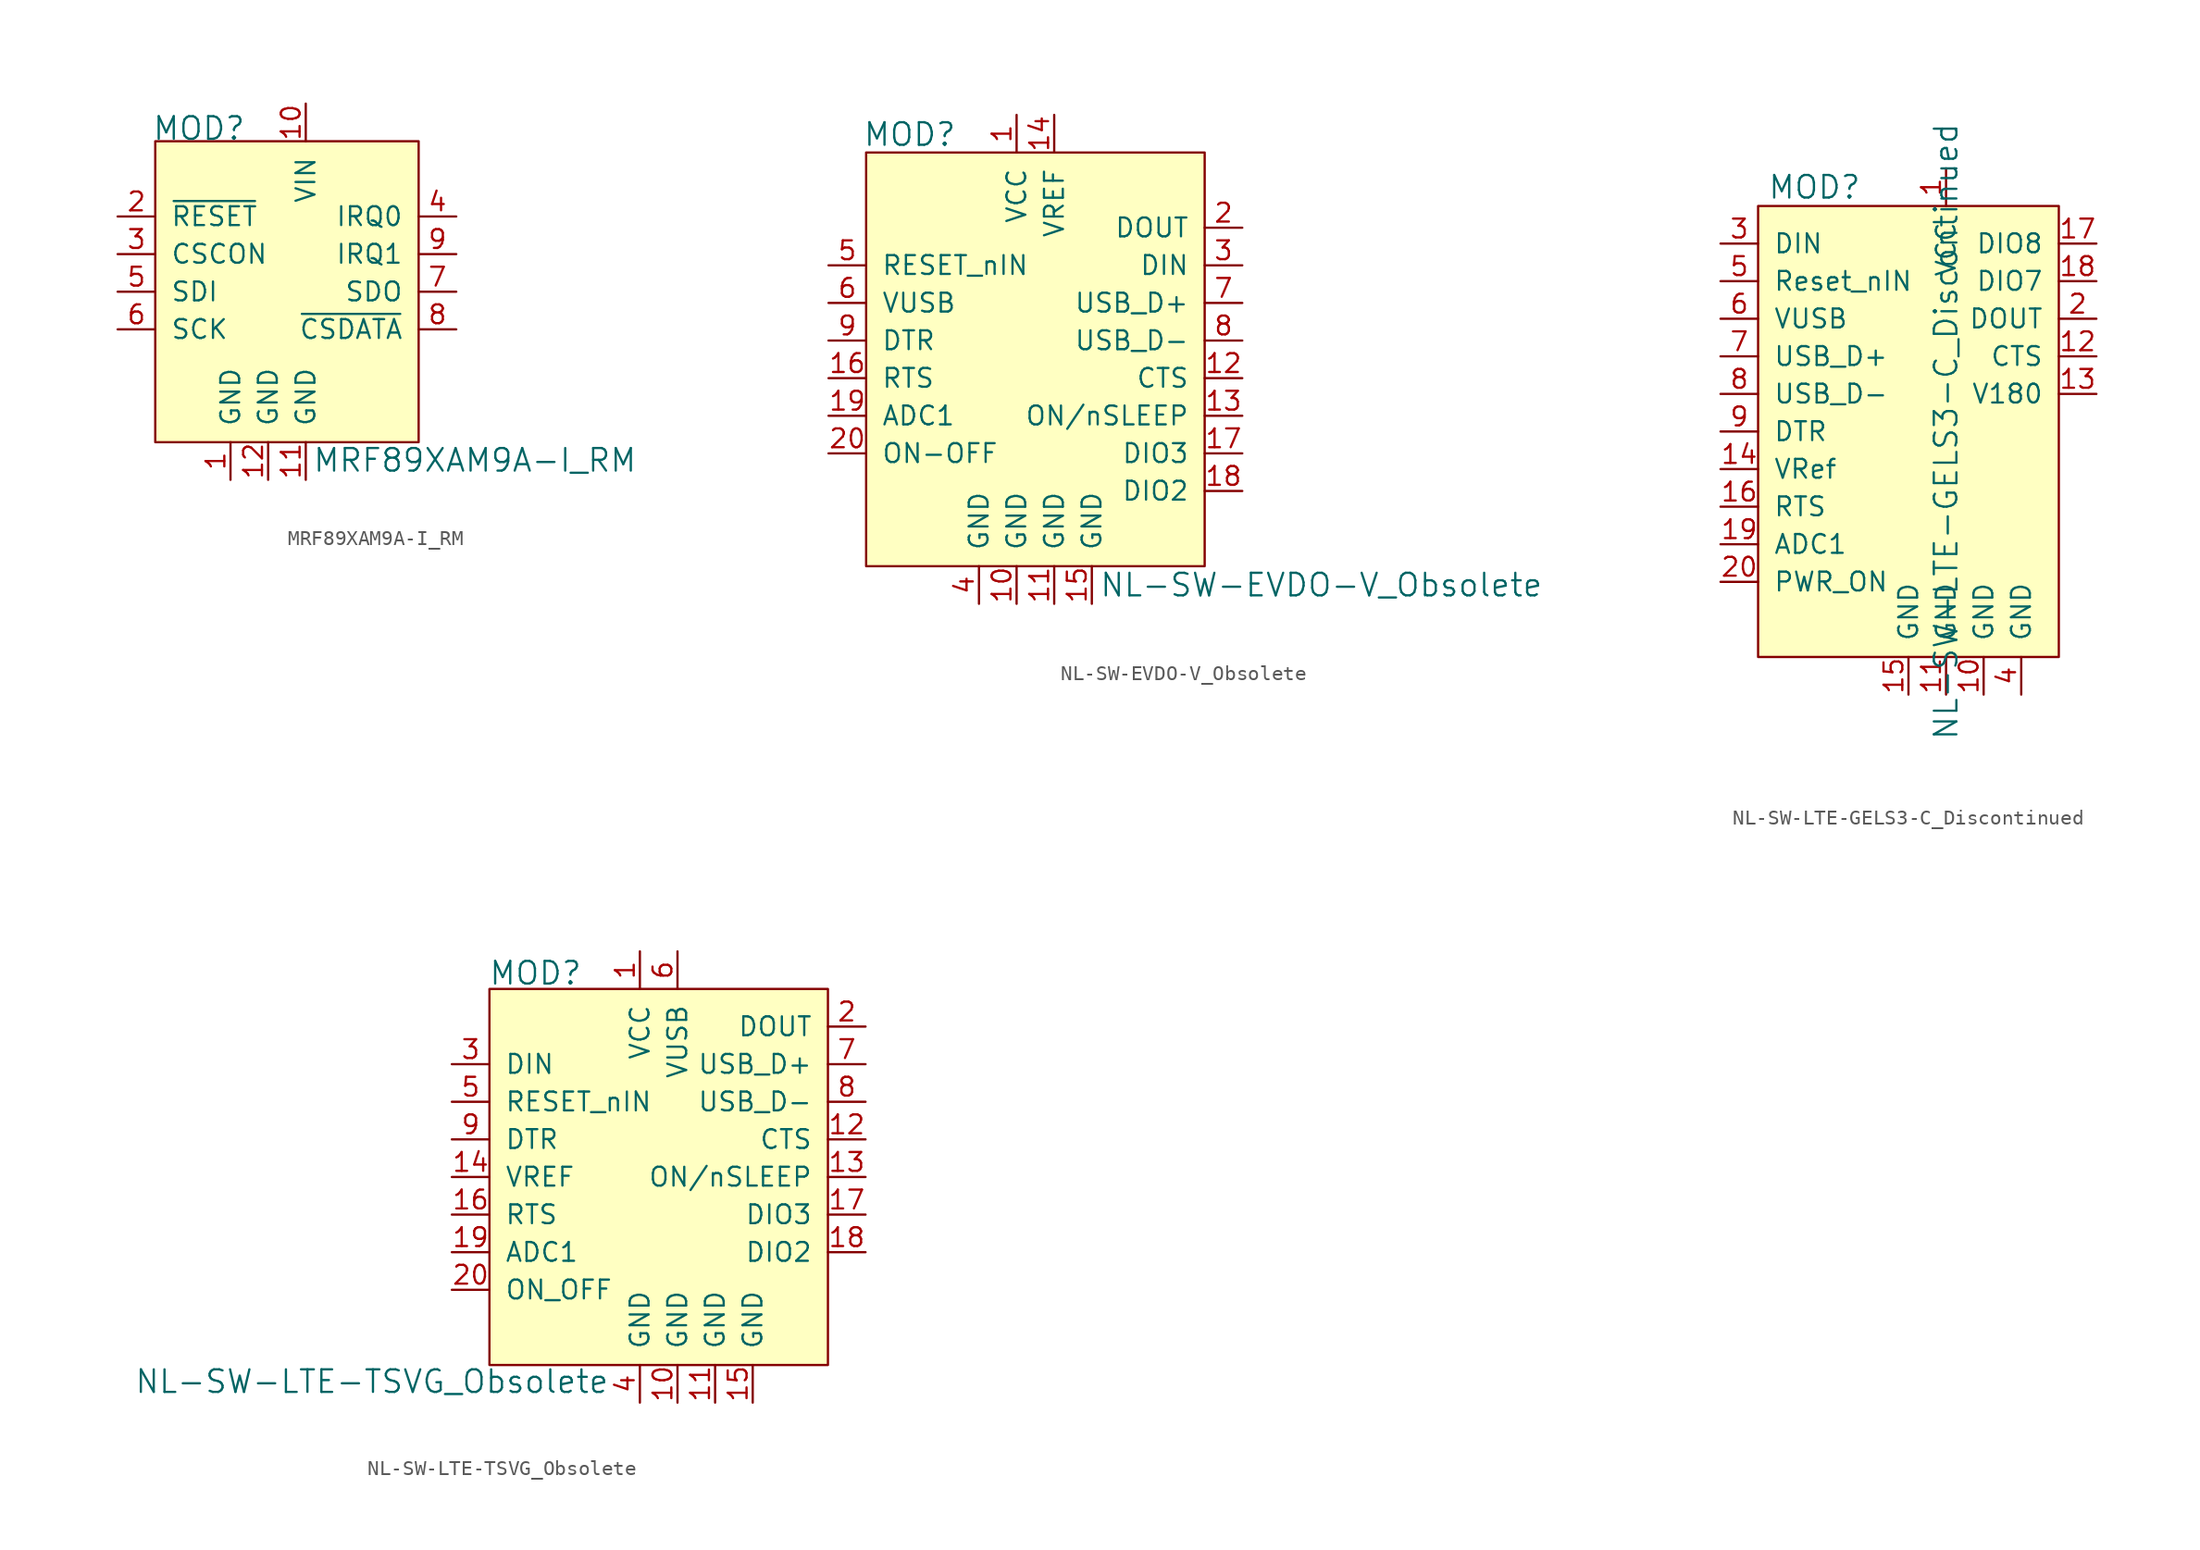
<source format=kicad_sym>
(kicad_symbol_lib
  (version 20220914)
  (generator kicad_symbol_editor)
  (symbol "MRF89XAM9A-I_RM"
    (pin_names
      (offset 1.016))
    (property "Reference" "MOD"
      (at -10.389 11.024 0)
      (effects (font (size 1.524 1.524)) (justify left)))
    (property "Value" "MRF89XAM9A-I_RM"
      (at 0.432 -11.379 0)
      (effects (font (size 1.524 1.524)) (justify left)))
    (symbol "MRF89XAM9A-I_RM_1_1"
      (rectangle (start -10.16 10.16) (end 7.62 -10.16) (stroke (width 0) (type solid)) (fill (type background)))
      (pin power_in line (at -5.08 -12.7 90) (length 2.54) (name "GND" (effects (font (size 1.27 1.27)))) (number "1" (effects (font (size 1.27 1.27)))))
      (pin power_in line (at 0 12.7 270) (length 2.54) (name "VIN" (effects (font (size 1.27 1.27)))) (number "10" (effects (font (size 1.27 1.27)))))
      (pin power_in line (at 0 -12.7 90) (length 2.54) (name "GND" (effects (font (size 1.27 1.27)))) (number "11" (effects (font (size 1.27 1.27)))))
      (pin power_in line (at -2.54 -12.7 90) (length 2.54) (name "GND" (effects (font (size 1.27 1.27)))) (number "12" (effects (font (size 1.27 1.27)))))
      (pin input line (at -12.7 5.08 0) (length 2.54) (name "~{RESET}" (effects (font (size 1.27 1.27)))) (number "2" (effects (font (size 1.27 1.27)))))
      (pin bidirectional line (at -12.7 2.54 0) (length 2.54) (name "CSCON" (effects (font (size 1.27 1.27)))) (number "3" (effects (font (size 1.27 1.27)))))
      (pin output line (at 10.16 5.08 180) (length 2.54) (name "IRQ0" (effects (font (size 1.27 1.27)))) (number "4" (effects (font (size 1.27 1.27)))))
      (pin input line (at -12.7 0 0) (length 2.54) (name "SDI" (effects (font (size 1.27 1.27)))) (number "5" (effects (font (size 1.27 1.27)))))
      (pin input line (at -12.7 -2.54 0) (length 2.54) (name "SCK" (effects (font (size 1.27 1.27)))) (number "6" (effects (font (size 1.27 1.27)))))
      (pin output line (at 10.16 0 180) (length 2.54) (name "SDO" (effects (font (size 1.27 1.27)))) (number "7" (effects (font (size 1.27 1.27)))))
      (pin bidirectional line (at 10.16 -2.54 180) (length 2.54) (name "~{CSDATA}" (effects (font (size 1.27 1.27)))) (number "8" (effects (font (size 1.27 1.27)))))
      (pin output line (at 10.16 2.54 180) (length 2.54) (name "IRQ1" (effects (font (size 1.27 1.27)))) (number "9" (effects (font (size 1.27 1.27)))))))
  (symbol "NL-SW-EVDO-V_Obsolete"
    (pin_names
      (offset 1.016))
    (property "Reference" "MOD"
      (at -7.214 16.459 0)
      (effects (font (size 1.524 1.524))))
    (property "Value" "NL-SW-EVDO-V_Obsolete"
      (at 5.563 -13.97 0)
      (effects (font (size 1.524 1.524)) (justify left)))
    (symbol "NL-SW-EVDO-V_Obsolete_0_1"
      (rectangle (start -10.16 15.24) (end 12.7 -12.7) (stroke (width 0) (type solid)) (fill (type background))))
    (symbol "NL-SW-EVDO-V_Obsolete_1_1"
      (pin power_in line (at 0 17.78 270) (length 2.54) (name "VCC" (effects (font (size 1.27 1.27)))) (number "1" (effects (font (size 1.27 1.27)))))
      (pin power_in line (at 0 -15.24 90) (length 2.54) (name "GND" (effects (font (size 1.27 1.27)))) (number "10" (effects (font (size 1.27 1.27)))))
      (pin power_in line (at 2.54 -15.24 90) (length 2.54) (name "GND" (effects (font (size 1.27 1.27)))) (number "11" (effects (font (size 1.27 1.27)))))
      (pin output line (at 15.24 0 180) (length 2.54) (name "CTS" (effects (font (size 1.27 1.27)))) (number "12" (effects (font (size 1.27 1.27)))))
      (pin output line (at 15.24 -2.54 180) (length 2.54) (name "ON/nSLEEP" (effects (font (size 1.27 1.27)))) (number "13" (effects (font (size 1.27 1.27)))))
      (pin output line (at 2.54 17.78 270) (length 2.54) (name "VREF" (effects (font (size 1.27 1.27)))) (number "14" (effects (font (size 1.27 1.27)))))
      (pin power_in line (at 5.08 -15.24 90) (length 2.54) (name "GND" (effects (font (size 1.27 1.27)))) (number "15" (effects (font (size 1.27 1.27)))))
      (pin input line (at -12.7 0 0) (length 2.54) (name "RTS" (effects (font (size 1.27 1.27)))) (number "16" (effects (font (size 1.27 1.27)))))
      (pin bidirectional line (at 15.24 -5.08 180) (length 2.54) (name "DIO3" (effects (font (size 1.27 1.27)))) (number "17" (effects (font (size 1.27 1.27)))))
      (pin bidirectional line (at 15.24 -7.62 180) (length 2.54) (name "DIO2" (effects (font (size 1.27 1.27)))) (number "18" (effects (font (size 1.27 1.27)))))
      (pin input line (at -12.7 -2.54 0) (length 2.54) (name "ADC1" (effects (font (size 1.27 1.27)))) (number "19" (effects (font (size 1.27 1.27)))))
      (pin output line (at 15.24 10.16 180) (length 2.54) (name "DOUT" (effects (font (size 1.27 1.27)))) (number "2" (effects (font (size 1.27 1.27)))))
      (pin input line (at -12.7 -5.08 0) (length 2.54) (name "ON-OFF" (effects (font (size 1.27 1.27)))) (number "20" (effects (font (size 1.27 1.27)))))
      (pin input line (at 15.24 7.62 180) (length 2.54) (name "DIN" (effects (font (size 1.27 1.27)))) (number "3" (effects (font (size 1.27 1.27)))))
      (pin power_in line (at -2.54 -15.24 90) (length 2.54) (name "GND" (effects (font (size 1.27 1.27)))) (number "4" (effects (font (size 1.27 1.27)))))
      (pin input line (at -12.7 7.62 0) (length 2.54) (name "RESET_nIN" (effects (font (size 1.27 1.27)))) (number "5" (effects (font (size 1.27 1.27)))))
      (pin input line (at -12.7 5.08 0) (length 2.54) (name "VUSB" (effects (font (size 1.27 1.27)))) (number "6" (effects (font (size 1.27 1.27)))))
      (pin bidirectional line (at 15.24 5.08 180) (length 2.54) (name "USB_D+" (effects (font (size 1.27 1.27)))) (number "7" (effects (font (size 1.27 1.27)))))
      (pin bidirectional line (at 15.24 2.54 180) (length 2.54) (name "USB_D-" (effects (font (size 1.27 1.27)))) (number "8" (effects (font (size 1.27 1.27)))))
      (pin input line (at -12.7 2.54 0) (length 2.54) (name "DTR" (effects (font (size 1.27 1.27)))) (number "9" (effects (font (size 1.27 1.27)))))))
  (symbol "NL-SW-LTE-GELS3-C_Discontinued"
    (pin_names
      (offset 1.016))
    (property "Reference" "MOD"
      (at -8.89 21.59 0)
      (effects (font (size 1.524 1.524))))
    (property "Value" "NL-SW-LTE-GELS3-C_Discontinued"
      (at 0 5.08 90)
      (effects (font (size 1.524 1.524))))
    (symbol "NL-SW-LTE-GELS3-C_Discontinued_0_1"
      (rectangle (start -12.7 20.32) (end 7.62 -10.16) (stroke (width 0) (type solid)) (fill (type background))))
    (symbol "NL-SW-LTE-GELS3-C_Discontinued_1_1"
      (pin power_in line (at 0 22.86 270) (length 2.54) (name "VCC" (effects (font (size 1.27 1.27)))) (number "1" (effects (font (size 1.27 1.27)))))
      (pin power_in line (at 2.54 -12.7 90) (length 2.54) (name "GND" (effects (font (size 1.27 1.27)))) (number "10" (effects (font (size 1.27 1.27)))))
      (pin power_in line (at 0 -12.7 90) (length 2.54) (name "GND" (effects (font (size 1.27 1.27)))) (number "11" (effects (font (size 1.27 1.27)))))
      (pin output line (at 10.16 10.16 180) (length 2.54) (name "CTS" (effects (font (size 1.27 1.27)))) (number "12" (effects (font (size 1.27 1.27)))))
      (pin output line (at 10.16 7.62 180) (length 2.54) (name "V180" (effects (font (size 1.27 1.27)))) (number "13" (effects (font (size 1.27 1.27)))))
      (pin input line (at -15.24 2.54 0) (length 2.54) (name "VRef" (effects (font (size 1.27 1.27)))) (number "14" (effects (font (size 1.27 1.27)))))
      (pin power_in line (at -2.54 -12.7 90) (length 2.54) (name "GND" (effects (font (size 1.27 1.27)))) (number "15" (effects (font (size 1.27 1.27)))))
      (pin input line (at -15.24 0 0) (length 2.54) (name "RTS" (effects (font (size 1.27 1.27)))) (number "16" (effects (font (size 1.27 1.27)))))
      (pin bidirectional line (at 10.16 17.78 180) (length 2.54) (name "DIO8" (effects (font (size 1.27 1.27)))) (number "17" (effects (font (size 1.27 1.27)))))
      (pin bidirectional line (at 10.16 15.24 180) (length 2.54) (name "DIO7" (effects (font (size 1.27 1.27)))) (number "18" (effects (font (size 1.27 1.27)))))
      (pin input line (at -15.24 -2.54 0) (length 2.54) (name "ADC1" (effects (font (size 1.27 1.27)))) (number "19" (effects (font (size 1.27 1.27)))))
      (pin output line (at 10.16 12.7 180) (length 2.54) (name "DOUT" (effects (font (size 1.27 1.27)))) (number "2" (effects (font (size 1.27 1.27)))))
      (pin input line (at -15.24 -5.08 0) (length 2.54) (name "PWR_ON" (effects (font (size 1.27 1.27)))) (number "20" (effects (font (size 1.27 1.27)))))
      (pin input line (at -15.24 17.78 0) (length 2.54) (name "DIN" (effects (font (size 1.27 1.27)))) (number "3" (effects (font (size 1.27 1.27)))))
      (pin power_in line (at 5.08 -12.7 90) (length 2.54) (name "GND" (effects (font (size 1.27 1.27)))) (number "4" (effects (font (size 1.27 1.27)))))
      (pin input line (at -15.24 15.24 0) (length 2.54) (name "Reset_nIN" (effects (font (size 1.27 1.27)))) (number "5" (effects (font (size 1.27 1.27)))))
      (pin input line (at -15.24 12.7 0) (length 2.54) (name "VUSB" (effects (font (size 1.27 1.27)))) (number "6" (effects (font (size 1.27 1.27)))))
      (pin bidirectional line (at -15.24 10.16 0) (length 2.54) (name "USB_D+" (effects (font (size 1.27 1.27)))) (number "7" (effects (font (size 1.27 1.27)))))
      (pin bidirectional line (at -15.24 7.62 0) (length 2.54) (name "USB_D-" (effects (font (size 1.27 1.27)))) (number "8" (effects (font (size 1.27 1.27)))))
      (pin input line (at -15.24 5.08 0) (length 2.54) (name "DTR" (effects (font (size 1.27 1.27)))) (number "9" (effects (font (size 1.27 1.27)))))))
  (symbol "NL-SW-LTE-TSVG_Obsolete"
    (pin_names
      (offset 1.016))
    (property "Reference" "MOD"
      (at -10.236 13.767 0)
      (effects (font (size 1.524 1.524)) (justify left)))
    (property "Value" "NL-SW-LTE-TSVG_Obsolete"
      (at -2.032 -13.818 0)
      (effects (font (size 1.524 1.524)) (justify right)))
    (symbol "NL-SW-LTE-TSVG_Obsolete_1_1"
      (rectangle (start -10.16 12.7) (end 12.7 -12.7) (stroke (width 0) (type solid)) (fill (type background)))
      (pin power_in line (at 0 15.24 270) (length 2.54) (name "VCC" (effects (font (size 1.27 1.27)))) (number "1" (effects (font (size 1.27 1.27)))))
      (pin power_in line (at 2.54 -15.24 90) (length 2.54) (name "GND" (effects (font (size 1.27 1.27)))) (number "10" (effects (font (size 1.27 1.27)))))
      (pin power_in line (at 5.08 -15.24 90) (length 2.54) (name "GND" (effects (font (size 1.27 1.27)))) (number "11" (effects (font (size 1.27 1.27)))))
      (pin output line (at 15.24 2.54 180) (length 2.54) (name "CTS" (effects (font (size 1.27 1.27)))) (number "12" (effects (font (size 1.27 1.27)))))
      (pin output line (at 15.24 0 180) (length 2.54) (name "ON/nSLEEP" (effects (font (size 1.27 1.27)))) (number "13" (effects (font (size 1.27 1.27)))))
      (pin input line (at -12.7 0 0) (length 2.54) (name "VREF" (effects (font (size 1.27 1.27)))) (number "14" (effects (font (size 1.27 1.27)))))
      (pin power_in line (at 7.62 -15.24 90) (length 2.54) (name "GND" (effects (font (size 1.27 1.27)))) (number "15" (effects (font (size 1.27 1.27)))))
      (pin input line (at -12.7 -2.54 0) (length 2.54) (name "RTS" (effects (font (size 1.27 1.27)))) (number "16" (effects (font (size 1.27 1.27)))))
      (pin bidirectional line (at 15.24 -2.54 180) (length 2.54) (name "DIO3" (effects (font (size 1.27 1.27)))) (number "17" (effects (font (size 1.27 1.27)))))
      (pin bidirectional line (at 15.24 -5.08 180) (length 2.54) (name "DIO2" (effects (font (size 1.27 1.27)))) (number "18" (effects (font (size 1.27 1.27)))))
      (pin input line (at -12.7 -5.08 0) (length 2.54) (name "ADC1" (effects (font (size 1.27 1.27)))) (number "19" (effects (font (size 1.27 1.27)))))
      (pin output line (at 15.24 10.16 180) (length 2.54) (name "DOUT" (effects (font (size 1.27 1.27)))) (number "2" (effects (font (size 1.27 1.27)))))
      (pin input line (at -12.7 -7.62 0) (length 2.54) (name "ON_OFF" (effects (font (size 1.27 1.27)))) (number "20" (effects (font (size 1.27 1.27)))))
      (pin input line (at -12.7 7.62 0) (length 2.54) (name "DIN" (effects (font (size 1.27 1.27)))) (number "3" (effects (font (size 1.27 1.27)))))
      (pin power_in line (at 0 -15.24 90) (length 2.54) (name "GND" (effects (font (size 1.27 1.27)))) (number "4" (effects (font (size 1.27 1.27)))))
      (pin input line (at -12.7 5.08 0) (length 2.54) (name "RESET_nIN" (effects (font (size 1.27 1.27)))) (number "5" (effects (font (size 1.27 1.27)))))
      (pin power_in line (at 2.54 15.24 270) (length 2.54) (name "VUSB" (effects (font (size 1.27 1.27)))) (number "6" (effects (font (size 1.27 1.27)))))
      (pin bidirectional line (at 15.24 7.62 180) (length 2.54) (name "USB_D+" (effects (font (size 1.27 1.27)))) (number "7" (effects (font (size 1.27 1.27)))))
      (pin bidirectional line (at 15.24 5.08 180) (length 2.54) (name "USB_D-" (effects (font (size 1.27 1.27)))) (number "8" (effects (font (size 1.27 1.27)))))
      (pin input line (at -12.7 2.54 0) (length 2.54) (name "DTR" (effects (font (size 1.27 1.27)))) (number "9" (effects (font (size 1.27 1.27))))))))
</source>
